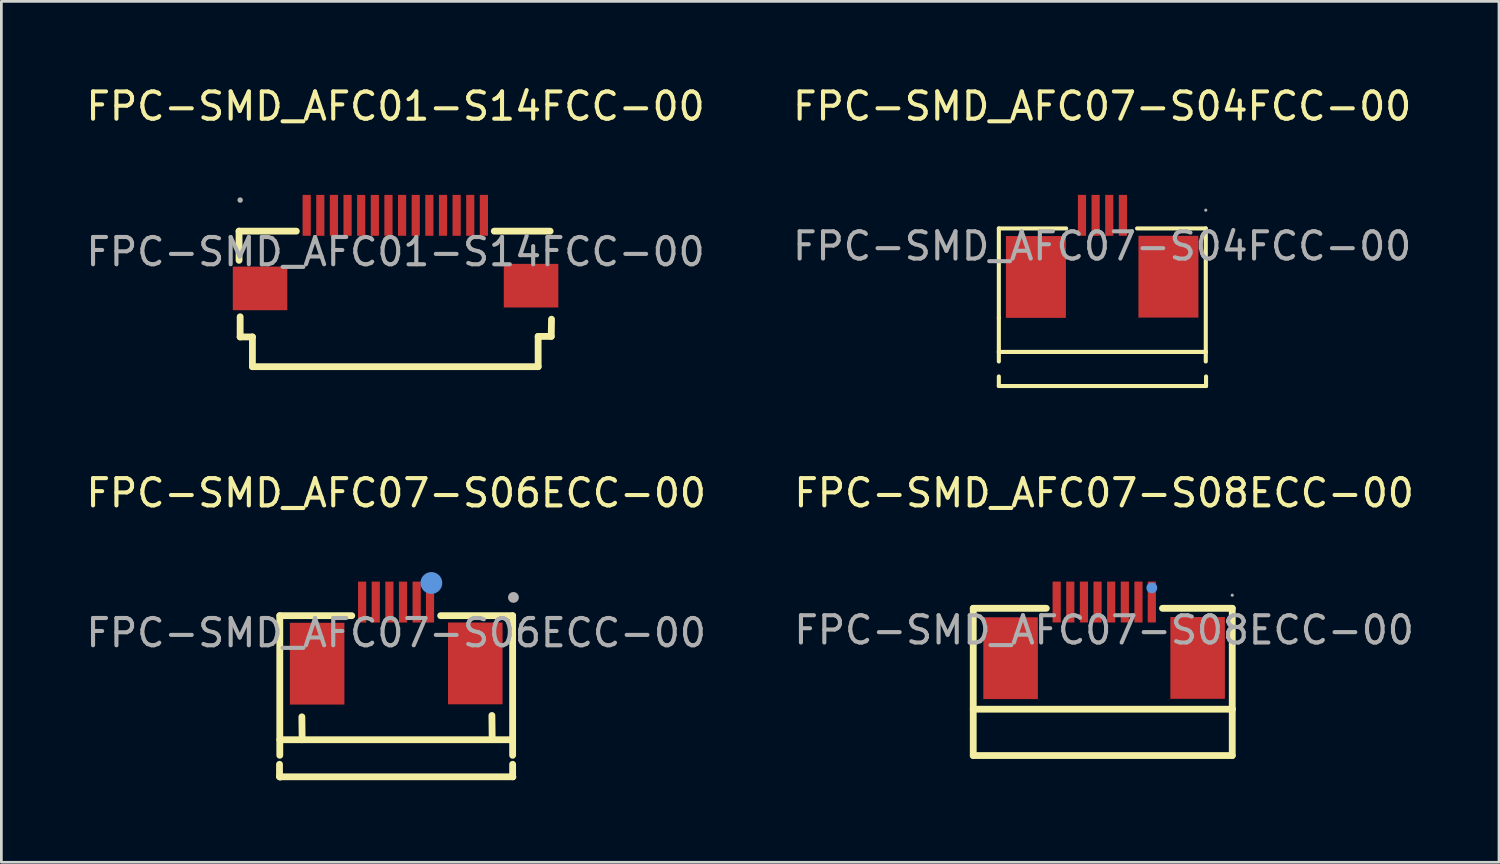
<source format=kicad_pcb>
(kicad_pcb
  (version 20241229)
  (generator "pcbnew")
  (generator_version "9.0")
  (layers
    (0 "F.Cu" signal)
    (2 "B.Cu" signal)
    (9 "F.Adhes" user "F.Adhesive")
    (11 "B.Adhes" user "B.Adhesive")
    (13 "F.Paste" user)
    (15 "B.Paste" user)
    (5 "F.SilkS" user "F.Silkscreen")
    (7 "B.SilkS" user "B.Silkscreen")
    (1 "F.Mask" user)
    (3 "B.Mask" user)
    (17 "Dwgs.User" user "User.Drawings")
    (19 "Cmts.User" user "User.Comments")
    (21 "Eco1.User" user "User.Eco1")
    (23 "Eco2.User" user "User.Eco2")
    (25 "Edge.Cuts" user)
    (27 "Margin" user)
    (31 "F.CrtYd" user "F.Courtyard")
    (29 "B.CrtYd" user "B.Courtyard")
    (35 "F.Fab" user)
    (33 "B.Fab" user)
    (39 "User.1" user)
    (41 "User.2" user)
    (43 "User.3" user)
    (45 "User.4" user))
  (footprint "FPC-SMD_AFC07-S04FCC-00"
    (layer "F.Cu")
    (at 37.375 5.978)
    (property "Reference" "FPC-SMD_AFC07-S04FCC-00" (at 0 -5.13 0) (layer "F.SilkS") (effects (font (size 1 1) (thickness 0.15))))
    (attr through_hole)
    (fp_line (start -3.79 -0.65) (end -1.32 -0.65) (stroke (width 0.15) (type solid)) (layer "F.SilkS"))
    (fp_line (start -3.79 2.63) (end -3.79 -0.65) (stroke (width 0.15) (type solid)) (layer "F.SilkS"))
    (fp_line (start -3.79 2.63) (end -3.79 3.88) (stroke (width 0.15) (type solid)) (layer "F.SilkS"))
    (fp_line (start -3.79 3.88) (end -3.79 4.23) (stroke (width 0.15) (type solid)) (layer "F.SilkS"))
    (fp_line (start -3.79 3.88) (end 3.8 3.88) (stroke (width 0.15) (type solid)) (layer "F.SilkS"))
    (fp_line (start -3.79 5.13) (end -3.79 4.78) (stroke (width 0.15) (type solid)) (layer "F.SilkS"))
    (fp_line (start -3.79 5.13) (end 3.81 5.13) (stroke (width 0.15) (type solid)) (layer "F.SilkS"))
    (fp_line (start 3.8 -0.65) (end 1.28 -0.65) (stroke (width 0.15) (type solid)) (layer "F.SilkS"))
    (fp_line (start 3.8 3.88) (end 3.8 -0.65) (stroke (width 0.15) (type solid)) (layer "F.SilkS"))
    (fp_line (start 3.8 3.88) (end 3.8 4.23) (stroke (width 0.15) (type solid)) (layer "F.SilkS"))
    (fp_line (start 3.81 5.13) (end 3.81 4.78) (stroke (width 0.15) (type solid)) (layer "F.SilkS"))
    (fp_circle (center 3.8 -1.32) (end 3.83 -1.32) (stroke (width 0.06) (type solid)) (fill no) (layer "F.Fab"))
    (fp_text user "${REFERENCE}" (at 0 0 0) (layer "F.Fab") (effects (font (size 1 1) (thickness 0.15))))
    (pad "1" smd rect (at 0.76 -1.13) (size 0.3 1.5) (layers "F.Cu" "F.Mask" "F.Paste"))
    (pad "2" smd rect (at 0.26 -1.13) (size 0.3 1.5) (layers "F.Cu" "F.Mask" "F.Paste"))
    (pad "3" smd rect (at -0.24 -1.13) (size 0.3 1.5) (layers "F.Cu" "F.Mask" "F.Paste"))
    (pad "4" smd rect (at -0.74 -1.13) (size 0.3 1.5) (layers "F.Cu" "F.Mask" "F.Paste"))
    (pad "5" smd rect (at 2.43 1.12) (size 2.2 3) (layers "F.Cu" "F.Mask" "F.Paste"))
    (pad "6" smd rect (at -2.43 1.13) (size 2.2 3) (layers "F.Cu" "F.Mask" "F.Paste")))
  (footprint "FPC-SMD_AFC01-S14FCC-00"
    (layer "F.Cu")
    (at 11.458 6.188)
    (property "Reference" "FPC-SMD_AFC01-S14FCC-00" (at 0 -5.34 0) (layer "F.SilkS") (effects (font (size 1 1) (thickness 0.15))))
    (attr through_hole)
    (fp_line (start -5.74 -0.76) (end -5.74 0.31) (stroke (width 0.25) (type solid)) (layer "F.SilkS"))
    (fp_line (start -5.74 -0.76) (end -3.64 -0.76) (stroke (width 0.25) (type solid)) (layer "F.SilkS"))
    (fp_line (start -5.7 2.38) (end -5.7 3.12) (stroke (width 0.25) (type solid)) (layer "F.SilkS"))
    (fp_line (start -5.7 3.12) (end -5.25 3.12) (stroke (width 0.25) (type solid)) (layer "F.SilkS"))
    (fp_line (start -5.25 3.12) (end -5.25 4.21) (stroke (width 0.25) (type solid)) (layer "F.SilkS"))
    (fp_line (start -5.25 4.21) (end 5.23 4.21) (stroke (width 0.25) (type solid)) (layer "F.SilkS"))
    (fp_line (start 3.62 -0.76) (end 5.67 -0.76) (stroke (width 0.25) (type solid)) (layer "F.SilkS"))
    (fp_line (start 5.23 3.1) (end 5.71 3.1) (stroke (width 0.25) (type solid)) (layer "F.SilkS"))
    (fp_line (start 5.23 4.21) (end 5.23 3.1) (stroke (width 0.25) (type solid)) (layer "F.SilkS"))
    (fp_line (start 5.71 3.1) (end 5.72 2.47) (stroke (width 0.25) (type solid)) (layer "F.SilkS"))
    (fp_circle (center -5.7 -1.9) (end -5.65 -1.9) (stroke (width 0.1) (type solid)) (fill no) (layer "F.Fab"))
    (fp_text user "${REFERENCE}" (at 0 0 0) (layer "F.Fab") (effects (font (size 1 1) (thickness 0.15))))
    (pad "1" smd rect (at -3.26 -1.34) (size 0.3 1.5) (layers "F.Cu" "F.Mask" "F.Paste"))
    (pad "2" smd rect (at -2.76 -1.34) (size 0.3 1.5) (layers "F.Cu" "F.Mask" "F.Paste"))
    (pad "3" smd rect (at -2.26 -1.34) (size 0.3 1.5) (layers "F.Cu" "F.Mask" "F.Paste"))
    (pad "4" smd rect (at -1.76 -1.34) (size 0.3 1.5) (layers "F.Cu" "F.Mask" "F.Paste"))
    (pad "5" smd rect (at -1.26 -1.34) (size 0.3 1.5) (layers "F.Cu" "F.Mask" "F.Paste"))
    (pad "6" smd rect (at -0.76 -1.34) (size 0.3 1.5) (layers "F.Cu" "F.Mask" "F.Paste"))
    (pad "7" smd rect (at -0.26 -1.34) (size 0.3 1.5) (layers "F.Cu" "F.Mask" "F.Paste"))
    (pad "8" smd rect (at 0.24 -1.34) (size 0.3 1.5) (layers "F.Cu" "F.Mask" "F.Paste"))
    (pad "9" smd rect (at 0.74 -1.34) (size 0.3 1.5) (layers "F.Cu" "F.Mask" "F.Paste"))
    (pad "10" smd rect (at 1.24 -1.34) (size 0.3 1.5) (layers "F.Cu" "F.Mask" "F.Paste"))
    (pad "11" smd rect (at 1.74 -1.34) (size 0.3 1.5) (layers "F.Cu" "F.Mask" "F.Paste"))
    (pad "12" smd rect (at 2.24 -1.34) (size 0.3 1.5) (layers "F.Cu" "F.Mask" "F.Paste"))
    (pad "13" smd rect (at 2.74 -1.34) (size 0.3 1.5) (layers "F.Cu" "F.Mask" "F.Paste"))
    (pad "14" smd rect (at 3.24 -1.34) (size 0.3 1.5) (layers "F.Cu" "F.Mask" "F.Paste"))
    (pad "15" smd rect (at 4.97 1.24 90) (size 1.6 2) (layers "F.Cu" "F.Mask" "F.Paste"))
    (pad "16" smd rect (at -4.97 1.34 90) (size 1.6 2) (layers "F.Cu" "F.Mask" "F.Paste")))
  (footprint "FPC-SMD_AFC07-S06ECC-00"
    (layer "F.Cu")
    (at 11.482 20.162)
    (property "Reference" "FPC-SMD_AFC07-S06ECC-00" (at 0 -5.13 0) (layer "F.SilkS") (effects (font (size 1 1) (thickness 0.15))))
    (attr through_hole)
    (fp_line (start -4.28 4.82) (end -4.28 5.27) (stroke (width 0.25) (type solid)) (layer "F.SilkS"))
    (fp_line (start -4.28 5.27) (end -4.26 5.29) (stroke (width 0.25) (type solid)) (layer "F.SilkS"))
    (fp_line (start -4.27 -0.63) (end -4.27 4.49) (stroke (width 0.25) (type solid)) (layer "F.SilkS"))
    (fp_line (start -4.27 -0.63) (end -1.63 -0.63) (stroke (width 0.25) (type solid)) (layer "F.SilkS"))
    (fp_line (start -4.27 3.92) (end 4.27 3.92) (stroke (width 0.25) (type solid)) (layer "F.SilkS"))
    (fp_line (start -4.27 5.28) (end 4.27 5.28) (stroke (width 0.25) (type solid)) (layer "F.SilkS"))
    (fp_line (start -3.45 3.92) (end -3.46 3.08) (stroke (width 0.25) (type solid)) (layer "F.SilkS"))
    (fp_line (start 1.63 -0.63) (end 4.27 -0.63) (stroke (width 0.25) (type solid)) (layer "F.SilkS"))
    (fp_line (start 3.52 3.87) (end 3.51 3.03) (stroke (width 0.25) (type solid)) (layer "F.SilkS"))
    (fp_line (start 4.27 -0.63) (end 4.27 4.49) (stroke (width 0.25) (type solid)) (layer "F.SilkS"))
    (fp_line (start 4.27 4.82) (end 4.27 5.27) (stroke (width 0.25) (type solid)) (layer "F.SilkS"))
    (fp_line (start 4.27 5.27) (end 4.28 5.28) (stroke (width 0.25) (type solid)) (layer "F.SilkS"))
    (fp_circle (center 1.29 -1.83) (end 1.49 -1.83) (stroke (width 0.4) (type solid)) (fill no) (layer "Cmts.User"))
    (fp_circle (center 4.3 -1.3) (end 4.4 -1.3) (stroke (width 0.2) (type solid)) (fill no) (layer "F.Fab"))
    (fp_text user "${REFERENCE}" (at 0 0 0) (layer "F.Fab") (effects (font (size 1 1) (thickness 0.15))))
    (pad "1" smd rect (at 1.24 -1.13 180) (size 0.3 1.5) (layers "F.Cu" "F.Mask" "F.Paste"))
    (pad "2" smd rect (at 0.75 -1.13 180) (size 0.3 1.5) (layers "F.Cu" "F.Mask" "F.Paste"))
    (pad "3" smd rect (at 0.25 -1.13 180) (size 0.3 1.5) (layers "F.Cu" "F.Mask" "F.Paste"))
    (pad "4" smd rect (at -0.25 -1.13 180) (size 0.3 1.5) (layers "F.Cu" "F.Mask" "F.Paste"))
    (pad "5" smd rect (at -0.75 -1.13 180) (size 0.3 1.5) (layers "F.Cu" "F.Mask" "F.Paste"))
    (pad "6" smd rect (at -1.25 -1.13 180) (size 0.3 1.5) (layers "F.Cu" "F.Mask" "F.Paste"))
    (pad "7" smd rect (at -2.9 1.13) (size 2 3) (layers "F.Cu" "F.Mask" "F.Paste"))
    (pad "8" smd rect (at 2.9 1.12 180) (size 2 3) (layers "F.Cu" "F.Mask" "F.Paste")))
  (footprint "FPC-SMD_AFC07-S08ECC-00"
    (layer "F.Cu")
    (at 37.446 20.061)
    (property "Reference" "FPC-SMD_AFC07-S08ECC-00" (at 0 -5.03 0) (layer "F.SilkS") (effects (font (size 1 1) (thickness 0.15))))
    (attr through_hole)
    (fp_line (start -4.8 -0.8) (end -4.8 2.9) (stroke (width 0.25) (type solid)) (layer "F.SilkS"))
    (fp_line (start -4.8 2.9) (end -4.8 4.6) (stroke (width 0.25) (type solid)) (layer "F.SilkS"))
    (fp_line (start -4.8 4.6) (end 4.7 4.6) (stroke (width 0.25) (type solid)) (layer "F.SilkS"))
    (fp_line (start -4.65 2.9) (end 4.7 2.9) (stroke (width 0.25) (type solid)) (layer "F.SilkS"))
    (fp_line (start -2.12 -0.8) (end -4.8 -0.8) (stroke (width 0.25) (type solid)) (layer "F.SilkS"))
    (fp_line (start 4.7 -0.8) (end 2.14 -0.8) (stroke (width 0.25) (type solid)) (layer "F.SilkS"))
    (fp_line (start 4.7 2.9) (end 4.7 2.89) (stroke (width 0.25) (type solid)) (layer "F.SilkS"))
    (fp_line (start 4.7 4.6) (end 4.7 -0.8) (stroke (width 0.25) (type solid)) (layer "F.SilkS"))
    (fp_circle (center 1.75 -1.55) (end 1.85 -1.55) (stroke (width 0.2) (type solid)) (fill no) (layer "Cmts.User"))
    (fp_circle (center 4.7 -1.28) (end 4.73 -1.28) (stroke (width 0.06) (type solid)) (fill no) (layer "F.Fab"))
    (fp_text user "${REFERENCE}" (at 0 0 0) (layer "F.Fab") (effects (font (size 1 1) (thickness 0.15))))
    (pad "1" smd rect (at 1.75 -1.03 180) (size 0.3 1.5) (layers "F.Cu" "F.Mask" "F.Paste"))
    (pad "2" smd rect (at 1.26 -1.03 180) (size 0.3 1.5) (layers "F.Cu" "F.Mask" "F.Paste"))
    (pad "3" smd rect (at 0.76 -1.03 180) (size 0.3 1.5) (layers "F.Cu" "F.Mask" "F.Paste"))
    (pad "4" smd rect (at 0.26 -1.03 180) (size 0.3 1.5) (layers "F.Cu" "F.Mask" "F.Paste"))
    (pad "5" smd rect (at -0.24 -1.03 180) (size 0.3 1.5) (layers "F.Cu" "F.Mask" "F.Paste"))
    (pad "6" smd rect (at -0.74 -1.03 180) (size 0.3 1.5) (layers "F.Cu" "F.Mask" "F.Paste"))
    (pad "7" smd rect (at -1.24 -1.03 180) (size 0.3 1.5) (layers "F.Cu" "F.Mask" "F.Paste"))
    (pad "8" smd rect (at -1.74 -1.03 180) (size 0.3 1.5) (layers "F.Cu" "F.Mask" "F.Paste"))
    (pad "9" smd rect (at -3.43 1.03) (size 2 3) (layers "F.Cu" "F.Mask" "F.Paste"))
    (pad "10" smd rect (at 3.43 1.02 180) (size 2 3) (layers "F.Cu" "F.Mask" "F.Paste")))
  (gr_rect
    (start -3 -3)
    (end 51.929 28.576)
    (stroke (width 0.1) (type default))
    (fill no)
    (layer "Edge.Cuts")))
</source>
